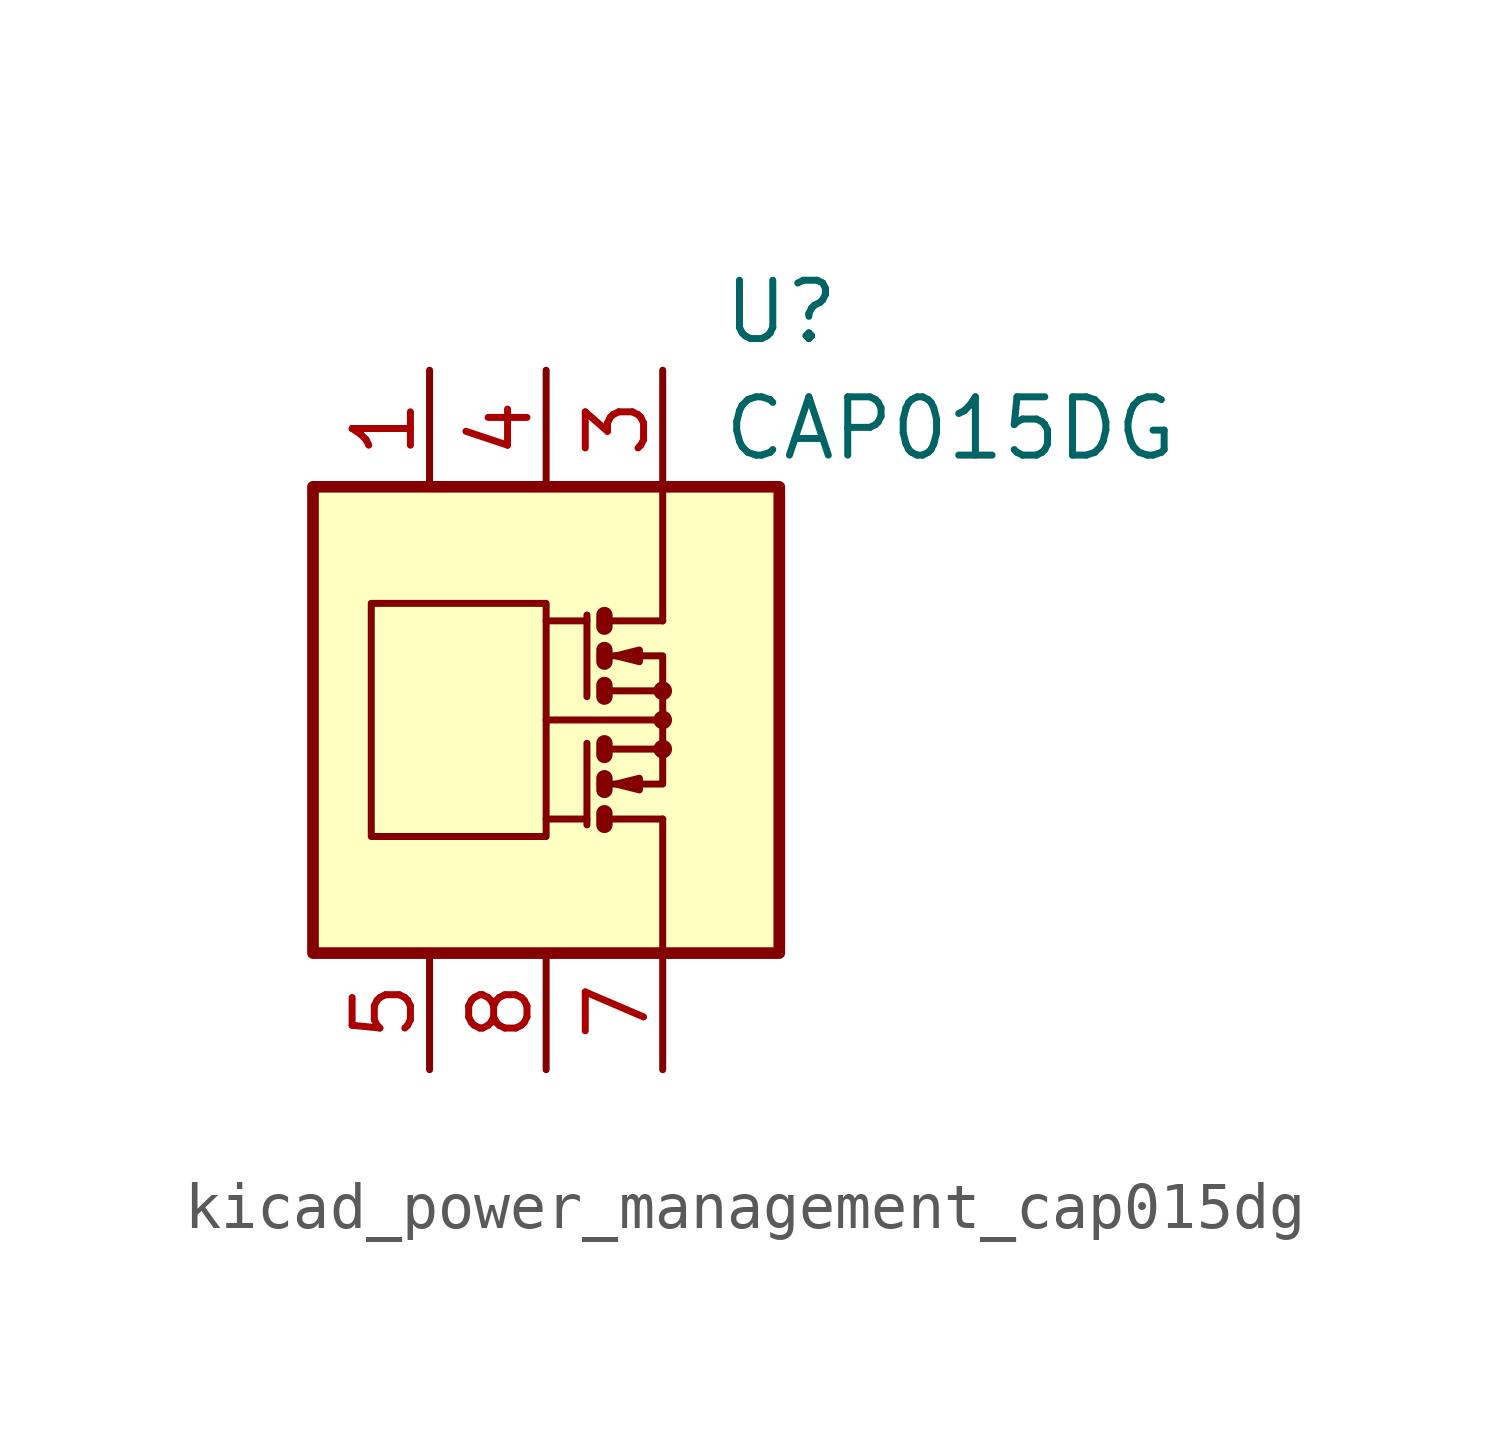
<source format=kicad_sym>
(kicad_symbol_lib
  (version 20220914)
  (generator kicad_symbol_editor)
  (symbol "kicad_power_management_cap015dg"
    (pin_names
      (offset 1.27))
    (property "Reference" "U"
      (at 3.81 8.89 0)
      (effects (font (size 1.27 1.27)) (justify left)))
    (property "Value" "CAP015DG"
      (at 3.81 6.35 0)
      (effects (font (size 1.27 1.27)) (justify left)))
    (symbol "kicad_power_management_cap015dg_0_1"
      (rectangle (start -5.08 5.08) (end 5.08 -5.08) (stroke (width 0.254) (type default)) (fill (type background)))
      (rectangle (start -3.81 2.54) (end 0 -2.54) (stroke (width 0) (type default)) (fill (type none)))
      (polyline (pts (xy 0.889 -2.159) (xy 0 -2.159)) (stroke (width 0) (type default)) (fill (type none)))
      (polyline (pts (xy 0.889 -0.508) (xy 0.889 -2.286)) (stroke (width 0) (type default)) (fill (type none)))
      (polyline (pts (xy 0.889 2.159) (xy 0 2.159)) (stroke (width 0) (type default)) (fill (type none)))
      (polyline (pts (xy 0.889 2.286) (xy 0.889 0.508)) (stroke (width 0) (type default)) (fill (type none)))
      (polyline (pts (xy 1.27 -2.159) (xy 2.54 -2.159)) (stroke (width 0) (type default)) (fill (type none)))
      (polyline (pts (xy 1.27 2.159) (xy 2.54 2.159)) (stroke (width 0) (type default)) (fill (type none)))
      (polyline (pts (xy 2.413 0) (xy 0 0)) (stroke (width 0) (type default)) (fill (type none)))
      (polyline (pts (xy 2.54 -2.159) (xy 2.54 -5.08)) (stroke (width 0) (type default)) (fill (type none)))
      (polyline (pts (xy 1.27 -2.032) (xy 1.27 -2.286) (xy 1.27 -2.286)) (stroke (width 0.356) (type default)) (fill (type none)))
      (polyline (pts (xy 1.27 -1.27) (xy 1.27 -1.524) (xy 1.27 -1.524)) (stroke (width 0.356) (type default)) (fill (type none)))
      (polyline (pts (xy 1.27 0.762) (xy 1.27 0.508) (xy 1.27 0.508)) (stroke (width 0.356) (type default)) (fill (type none)))
      (polyline (pts (xy 1.27 1.524) (xy 1.27 1.27) (xy 1.27 1.27)) (stroke (width 0.356) (type default)) (fill (type none)))
      (polyline (pts (xy 1.27 2.286) (xy 1.27 2.032) (xy 1.27 2.032)) (stroke (width 0.356) (type default)) (fill (type none)))
      (polyline (pts (xy 1.397 -1.397) (xy 2.54 -1.397) (xy 2.54 -0.635)) (stroke (width 0) (type default)) (fill (type none)))
      (polyline (pts (xy 1.397 1.397) (xy 2.54 1.397) (xy 2.54 0.635)) (stroke (width 0) (type default)) (fill (type none)))
      (polyline (pts (xy 2.54 2.159) (xy 2.54 5.08) (xy 2.54 3.175)) (stroke (width 0) (type default)) (fill (type none)))
      (polyline (pts (xy 1.397 -0.635) (xy 2.54 -0.635) (xy 2.54 0.635) (xy 1.397 0.635)) (stroke (width 0) (type default)) (fill (type none)))
      (polyline (pts (xy 1.524 -1.397) (xy 2.032 -1.27) (xy 2.032 -1.524) (xy 1.524 -1.397)) (stroke (width 0) (type default)) (fill (type none)))
      (polyline (pts (xy 1.524 1.397) (xy 2.032 1.524) (xy 2.032 1.27) (xy 1.524 1.397)) (stroke (width 0) (type default)) (fill (type none)))
      (circle (center 2.54 -0.635) (radius 0.127) (stroke (width 0) (type default)) (fill (type none)))
      (circle (center 2.54 0) (radius 0.127) (stroke (width 0) (type default)) (fill (type none)))
      (circle (center 2.54 0.635) (radius 0.127) (stroke (width 0) (type default)) (fill (type none))))
    (symbol "kicad_power_management_cap015dg_1_1"
      (polyline (pts (xy 1.27 -0.508) (xy 1.27 -0.762)) (stroke (width 0.356) (type default)) (fill (type none)))
      (pin passive line (at -2.54 7.62 270) (length 2.54) (name "~" (effects (font (size 1.27 1.27)))) (number "1" (effects (font (size 1.27 1.27)))))
      (pin passive line (at 2.54 7.62 270) (length 2.54) hide (name "~" (effects (font (size 1.27 1.27)))) (number "2" (effects (font (size 1.27 1.27)))))
      (pin passive line (at 2.54 7.62 270) (length 2.54) (name "~" (effects (font (size 1.27 1.27)))) (number "3" (effects (font (size 1.27 1.27)))))
      (pin passive line (at 0 7.62 270) (length 2.54) (name "~" (effects (font (size 1.27 1.27)))) (number "4" (effects (font (size 1.27 1.27)))))
      (pin passive line (at -2.54 -7.62 90) (length 2.54) (name "~" (effects (font (size 1.27 1.27)))) (number "5" (effects (font (size 1.27 1.27)))))
      (pin passive line (at 2.54 -7.62 90) (length 2.54) hide (name "~" (effects (font (size 1.27 1.27)))) (number "6" (effects (font (size 1.27 1.27)))))
      (pin passive line (at 2.54 -7.62 90) (length 2.54) (name "~" (effects (font (size 1.27 1.27)))) (number "7" (effects (font (size 1.27 1.27)))))
      (pin passive line (at 0 -7.62 90) (length 2.54) (name "~" (effects (font (size 1.27 1.27)))) (number "8" (effects (font (size 1.27 1.27))))))))
</source>
